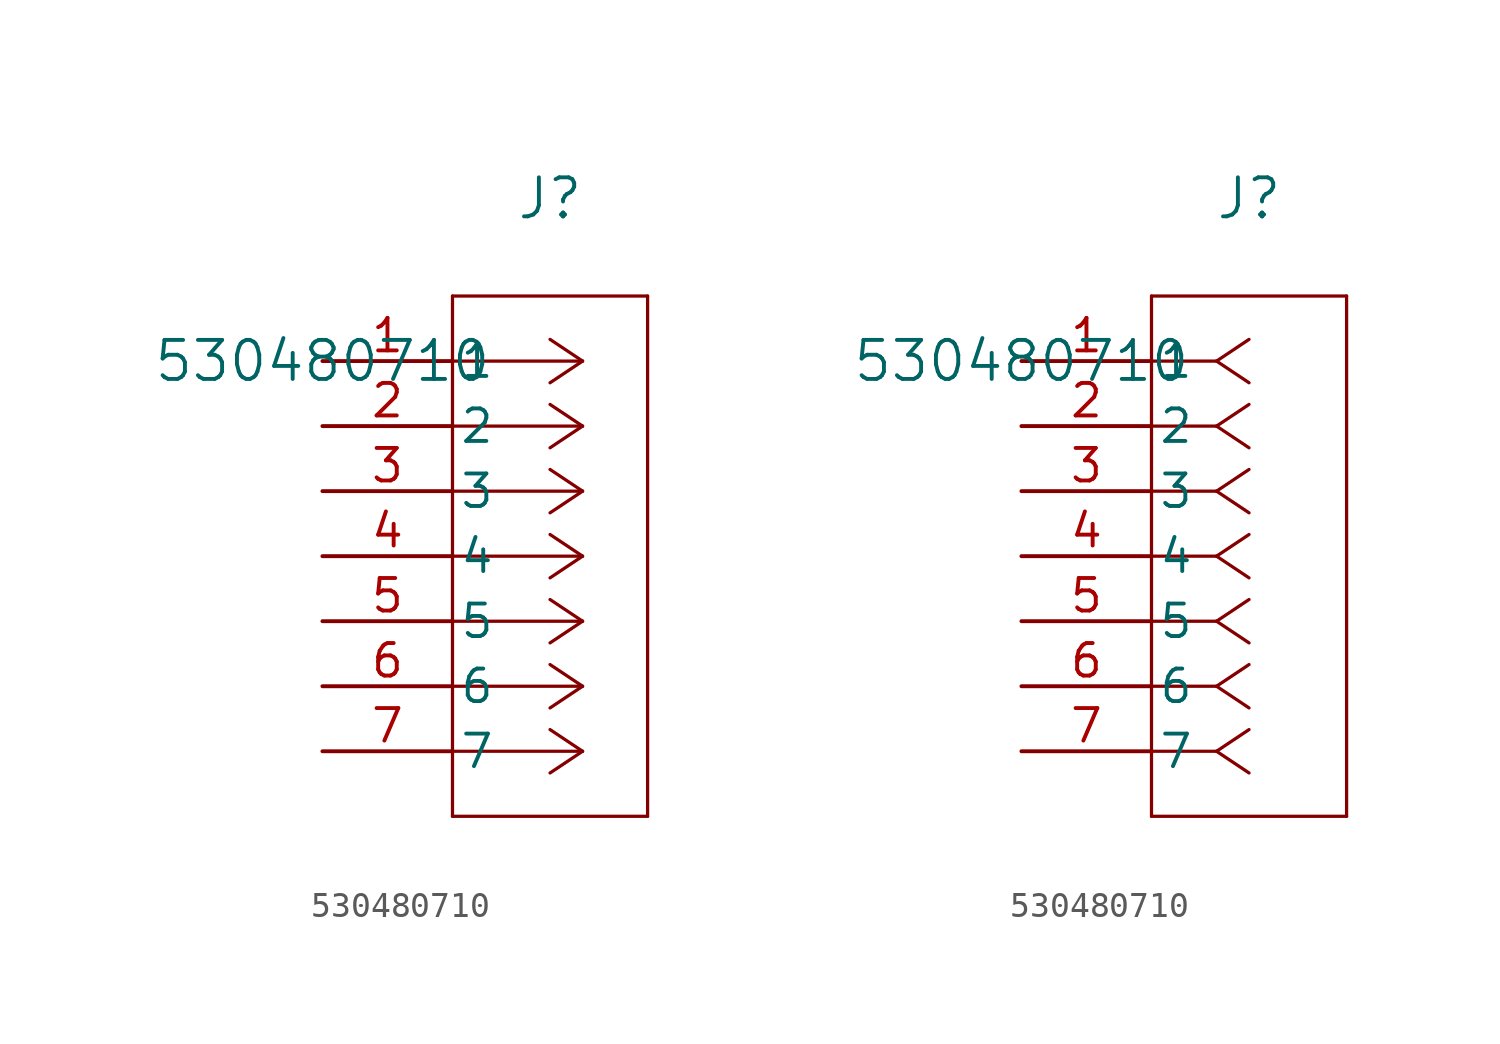
<source format=kicad_sym>
(kicad_symbol_lib
  (version 20231120)
  (generator "kicad_symbol_editor")
  (generator_version "8.0")
  (symbol "530480710"
    (pin_names
      (offset 0.254))
    (property "Reference" "J"
      (at 8.89 6.35 0)
      (effects (font (size 1.524 1.524))))
    (property "Value" "530480710"
      (at 0 0 0)
      (effects (font (size 1.524 1.524))))
    (symbol "530480710_1_1"
      (polyline (pts (xy 5.08 -17.78) (xy 12.7 -17.78)) (stroke (width 0.127) (type default)) (fill (type none)))
      (polyline (pts (xy 5.08 2.54) (xy 5.08 -17.78)) (stroke (width 0.127) (type default)) (fill (type none)))
      (polyline (pts (xy 10.16 -15.24) (xy 5.08 -15.24)) (stroke (width 0.127) (type default)) (fill (type none)))
      (polyline (pts (xy 10.16 -15.24) (xy 8.89 -16.087)) (stroke (width 0.127) (type default)) (fill (type none)))
      (polyline (pts (xy 10.16 -15.24) (xy 8.89 -14.393)) (stroke (width 0.127) (type default)) (fill (type none)))
      (polyline (pts (xy 10.16 -12.7) (xy 5.08 -12.7)) (stroke (width 0.127) (type default)) (fill (type none)))
      (polyline (pts (xy 10.16 -12.7) (xy 8.89 -13.547)) (stroke (width 0.127) (type default)) (fill (type none)))
      (polyline (pts (xy 10.16 -12.7) (xy 8.89 -11.853)) (stroke (width 0.127) (type default)) (fill (type none)))
      (polyline (pts (xy 10.16 -10.16) (xy 5.08 -10.16)) (stroke (width 0.127) (type default)) (fill (type none)))
      (polyline (pts (xy 10.16 -10.16) (xy 8.89 -11.007)) (stroke (width 0.127) (type default)) (fill (type none)))
      (polyline (pts (xy 10.16 -10.16) (xy 8.89 -9.313)) (stroke (width 0.127) (type default)) (fill (type none)))
      (polyline (pts (xy 10.16 -7.62) (xy 5.08 -7.62)) (stroke (width 0.127) (type default)) (fill (type none)))
      (polyline (pts (xy 10.16 -7.62) (xy 8.89 -8.467)) (stroke (width 0.127) (type default)) (fill (type none)))
      (polyline (pts (xy 10.16 -7.62) (xy 8.89 -6.773)) (stroke (width 0.127) (type default)) (fill (type none)))
      (polyline (pts (xy 10.16 -5.08) (xy 5.08 -5.08)) (stroke (width 0.127) (type default)) (fill (type none)))
      (polyline (pts (xy 10.16 -5.08) (xy 8.89 -5.927)) (stroke (width 0.127) (type default)) (fill (type none)))
      (polyline (pts (xy 10.16 -5.08) (xy 8.89 -4.233)) (stroke (width 0.127) (type default)) (fill (type none)))
      (polyline (pts (xy 10.16 -2.54) (xy 5.08 -2.54)) (stroke (width 0.127) (type default)) (fill (type none)))
      (polyline (pts (xy 10.16 -2.54) (xy 8.89 -3.387)) (stroke (width 0.127) (type default)) (fill (type none)))
      (polyline (pts (xy 10.16 -2.54) (xy 8.89 -1.693)) (stroke (width 0.127) (type default)) (fill (type none)))
      (polyline (pts (xy 10.16 0) (xy 5.08 0)) (stroke (width 0.127) (type default)) (fill (type none)))
      (polyline (pts (xy 10.16 0) (xy 8.89 -0.847)) (stroke (width 0.127) (type default)) (fill (type none)))
      (polyline (pts (xy 10.16 0) (xy 8.89 0.847)) (stroke (width 0.127) (type default)) (fill (type none)))
      (polyline (pts (xy 12.7 -17.78) (xy 12.7 2.54)) (stroke (width 0.127) (type default)) (fill (type none)))
      (polyline (pts (xy 12.7 2.54) (xy 5.08 2.54)) (stroke (width 0.127) (type default)) (fill (type none)))
      (pin unspecified line (at 0 0 0) (length 5.08) (name "1" (effects (font (size 1.27 1.27)))) (number "1" (effects (font (size 1.27 1.27)))))
      (pin unspecified line (at 0 -2.54 0) (length 5.08) (name "2" (effects (font (size 1.27 1.27)))) (number "2" (effects (font (size 1.27 1.27)))))
      (pin unspecified line (at 0 -5.08 0) (length 5.08) (name "3" (effects (font (size 1.27 1.27)))) (number "3" (effects (font (size 1.27 1.27)))))
      (pin unspecified line (at 0 -7.62 0) (length 5.08) (name "4" (effects (font (size 1.27 1.27)))) (number "4" (effects (font (size 1.27 1.27)))))
      (pin unspecified line (at 0 -10.16 0) (length 5.08) (name "5" (effects (font (size 1.27 1.27)))) (number "5" (effects (font (size 1.27 1.27)))))
      (pin unspecified line (at 0 -12.7 0) (length 5.08) (name "6" (effects (font (size 1.27 1.27)))) (number "6" (effects (font (size 1.27 1.27)))))
      (pin unspecified line (at 0 -15.24 0) (length 5.08) (name "7" (effects (font (size 1.27 1.27)))) (number "7" (effects (font (size 1.27 1.27))))))
    (symbol "530480710_1_2"
      (polyline (pts (xy 5.08 -17.78) (xy 12.7 -17.78)) (stroke (width 0.127) (type default)) (fill (type none)))
      (polyline (pts (xy 5.08 2.54) (xy 5.08 -17.78)) (stroke (width 0.127) (type default)) (fill (type none)))
      (polyline (pts (xy 7.62 -15.24) (xy 5.08 -15.24)) (stroke (width 0.127) (type default)) (fill (type none)))
      (polyline (pts (xy 7.62 -15.24) (xy 8.89 -16.087)) (stroke (width 0.127) (type default)) (fill (type none)))
      (polyline (pts (xy 7.62 -15.24) (xy 8.89 -14.393)) (stroke (width 0.127) (type default)) (fill (type none)))
      (polyline (pts (xy 7.62 -12.7) (xy 5.08 -12.7)) (stroke (width 0.127) (type default)) (fill (type none)))
      (polyline (pts (xy 7.62 -12.7) (xy 8.89 -13.547)) (stroke (width 0.127) (type default)) (fill (type none)))
      (polyline (pts (xy 7.62 -12.7) (xy 8.89 -11.853)) (stroke (width 0.127) (type default)) (fill (type none)))
      (polyline (pts (xy 7.62 -10.16) (xy 5.08 -10.16)) (stroke (width 0.127) (type default)) (fill (type none)))
      (polyline (pts (xy 7.62 -10.16) (xy 8.89 -11.007)) (stroke (width 0.127) (type default)) (fill (type none)))
      (polyline (pts (xy 7.62 -10.16) (xy 8.89 -9.313)) (stroke (width 0.127) (type default)) (fill (type none)))
      (polyline (pts (xy 7.62 -7.62) (xy 5.08 -7.62)) (stroke (width 0.127) (type default)) (fill (type none)))
      (polyline (pts (xy 7.62 -7.62) (xy 8.89 -8.467)) (stroke (width 0.127) (type default)) (fill (type none)))
      (polyline (pts (xy 7.62 -7.62) (xy 8.89 -6.773)) (stroke (width 0.127) (type default)) (fill (type none)))
      (polyline (pts (xy 7.62 -5.08) (xy 5.08 -5.08)) (stroke (width 0.127) (type default)) (fill (type none)))
      (polyline (pts (xy 7.62 -5.08) (xy 8.89 -5.927)) (stroke (width 0.127) (type default)) (fill (type none)))
      (polyline (pts (xy 7.62 -5.08) (xy 8.89 -4.233)) (stroke (width 0.127) (type default)) (fill (type none)))
      (polyline (pts (xy 7.62 -2.54) (xy 5.08 -2.54)) (stroke (width 0.127) (type default)) (fill (type none)))
      (polyline (pts (xy 7.62 -2.54) (xy 8.89 -3.387)) (stroke (width 0.127) (type default)) (fill (type none)))
      (polyline (pts (xy 7.62 -2.54) (xy 8.89 -1.693)) (stroke (width 0.127) (type default)) (fill (type none)))
      (polyline (pts (xy 7.62 0) (xy 5.08 0)) (stroke (width 0.127) (type default)) (fill (type none)))
      (polyline (pts (xy 7.62 0) (xy 8.89 -0.847)) (stroke (width 0.127) (type default)) (fill (type none)))
      (polyline (pts (xy 7.62 0) (xy 8.89 0.847)) (stroke (width 0.127) (type default)) (fill (type none)))
      (polyline (pts (xy 12.7 -17.78) (xy 12.7 2.54)) (stroke (width 0.127) (type default)) (fill (type none)))
      (polyline (pts (xy 12.7 2.54) (xy 5.08 2.54)) (stroke (width 0.127) (type default)) (fill (type none)))
      (pin unspecified line (at 0 0 0) (length 5.08) (name "1" (effects (font (size 1.27 1.27)))) (number "1" (effects (font (size 1.27 1.27)))))
      (pin unspecified line (at 0 -2.54 0) (length 5.08) (name "2" (effects (font (size 1.27 1.27)))) (number "2" (effects (font (size 1.27 1.27)))))
      (pin unspecified line (at 0 -5.08 0) (length 5.08) (name "3" (effects (font (size 1.27 1.27)))) (number "3" (effects (font (size 1.27 1.27)))))
      (pin unspecified line (at 0 -7.62 0) (length 5.08) (name "4" (effects (font (size 1.27 1.27)))) (number "4" (effects (font (size 1.27 1.27)))))
      (pin unspecified line (at 0 -10.16 0) (length 5.08) (name "5" (effects (font (size 1.27 1.27)))) (number "5" (effects (font (size 1.27 1.27)))))
      (pin unspecified line (at 0 -12.7 0) (length 5.08) (name "6" (effects (font (size 1.27 1.27)))) (number "6" (effects (font (size 1.27 1.27)))))
      (pin unspecified line (at 0 -15.24 0) (length 5.08) (name "7" (effects (font (size 1.27 1.27)))) (number "7" (effects (font (size 1.27 1.27))))))))
</source>
